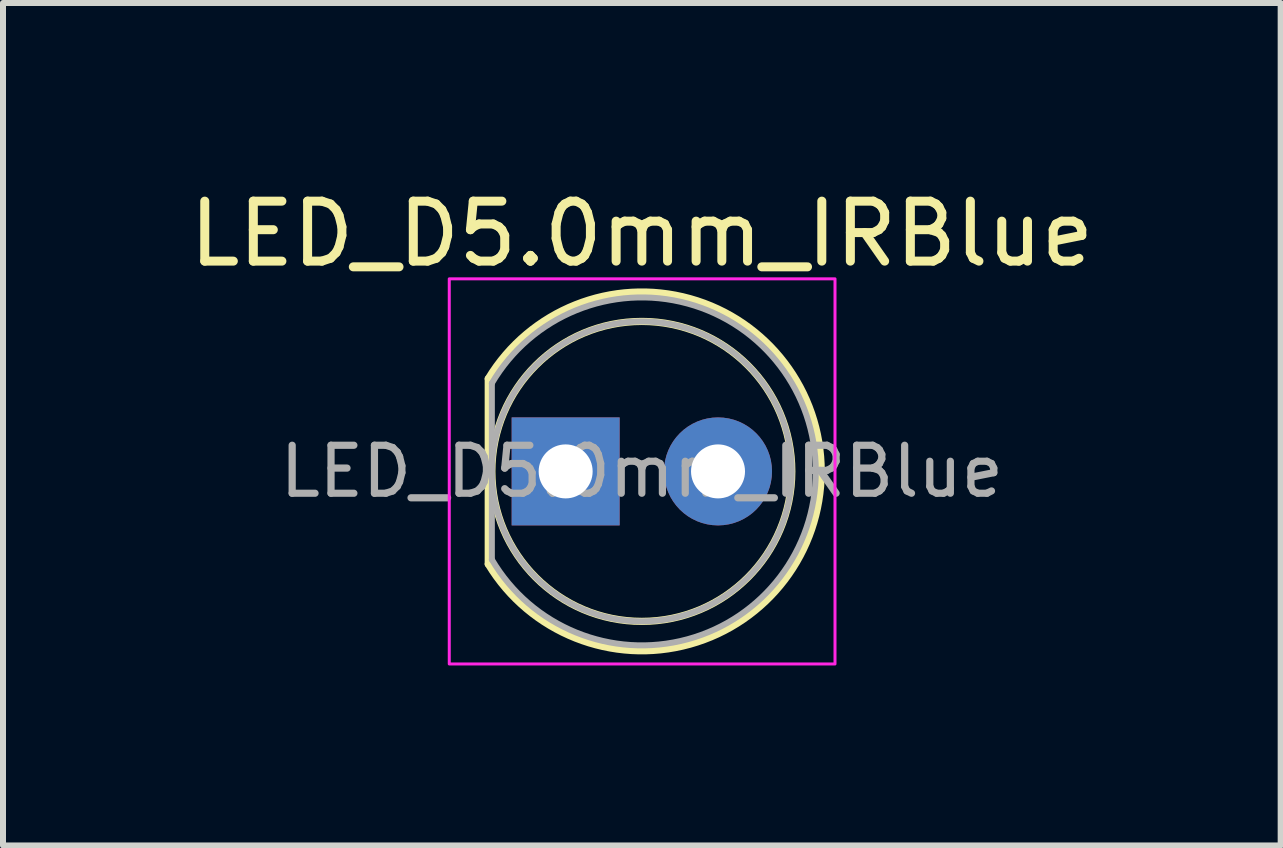
<source format=kicad_pcb>
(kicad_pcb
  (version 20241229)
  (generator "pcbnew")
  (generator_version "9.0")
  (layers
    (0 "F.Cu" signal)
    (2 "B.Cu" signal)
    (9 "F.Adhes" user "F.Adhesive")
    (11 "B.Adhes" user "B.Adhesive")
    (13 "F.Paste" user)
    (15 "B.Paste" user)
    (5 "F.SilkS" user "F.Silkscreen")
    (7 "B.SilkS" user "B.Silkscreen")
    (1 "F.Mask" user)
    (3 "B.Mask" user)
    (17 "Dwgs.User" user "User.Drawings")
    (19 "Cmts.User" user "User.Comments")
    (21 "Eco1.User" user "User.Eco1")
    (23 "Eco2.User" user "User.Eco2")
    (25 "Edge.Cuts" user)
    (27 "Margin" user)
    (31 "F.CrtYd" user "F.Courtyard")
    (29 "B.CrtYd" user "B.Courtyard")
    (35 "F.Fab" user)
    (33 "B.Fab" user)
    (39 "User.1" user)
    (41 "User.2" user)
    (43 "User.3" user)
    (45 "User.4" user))
  (footprint "LED_D5.0mm_IRBlue"
    (layer "F.Cu")
    (at 6.379 4.808)
    (property "Reference" "LED_D5.0mm_IRBlue" (at 1.27 -3.96 0) (layer "F.SilkS") (effects (font (size 1 1) (thickness 0.15))))
    (attr through_hole)
    (fp_line (start -1.29 -1.545) (end -1.29 1.545) (stroke (width 0.12) (type solid)) (layer "F.SilkS"))
    (fp_arc (start -1.29 -1.54483) (mid 2.071779 -2.880495) (end 4.26 0) (stroke (width 0.12) (type solid)) (layer "F.SilkS"))
    (fp_arc (start 4.26 0) (mid 2.071779 2.880495) (end -1.29 1.54483) (stroke (width 0.12) (type solid)) (layer "F.SilkS"))
    (fp_circle (center 1.27 0) (end 3.77 0) (stroke (width 0.12) (type solid)) (fill no) (layer "F.SilkS"))
    (fp_rect (start -1.94 -3.21) (end 4.49 3.21) (stroke (width 0.05) (type solid)) (fill no) (layer "F.CrtYd"))
    (fp_line (start -1.23 -1.47) (end -1.23 1.47) (stroke (width 0.1) (type solid)) (layer "F.Fab"))
    (fp_arc (start -1.23 -1.469694) (mid 4.17 0) (end -1.23 1.469694) (stroke (width 0.1) (type solid)) (layer "F.Fab"))
    (fp_circle (center 1.27 0) (end 3.77 0) (stroke (width 0.1) (type solid)) (fill no) (layer "F.Fab"))
    (fp_text user "${REFERENCE}" (at 1.27 0 0) (layer "F.Fab") (effects (font (size 0.8 0.8) (thickness 0.12))))
    (pad "1" thru_hole rect (at 0 0) (size 1.8 1.8) (drill 0.9) (layers "*.Cu" "*.Mask"))
    (pad "2" thru_hole circle (at 2.54 0) (size 1.8 1.8) (drill 0.9) (layers "*.Cu" "*.Mask")))
  (gr_rect
    (start -3 -3)
    (end 18.298 11.043)
    (stroke (width 0.1) (type default))
    (fill no)
    (layer "Edge.Cuts")))
</source>
